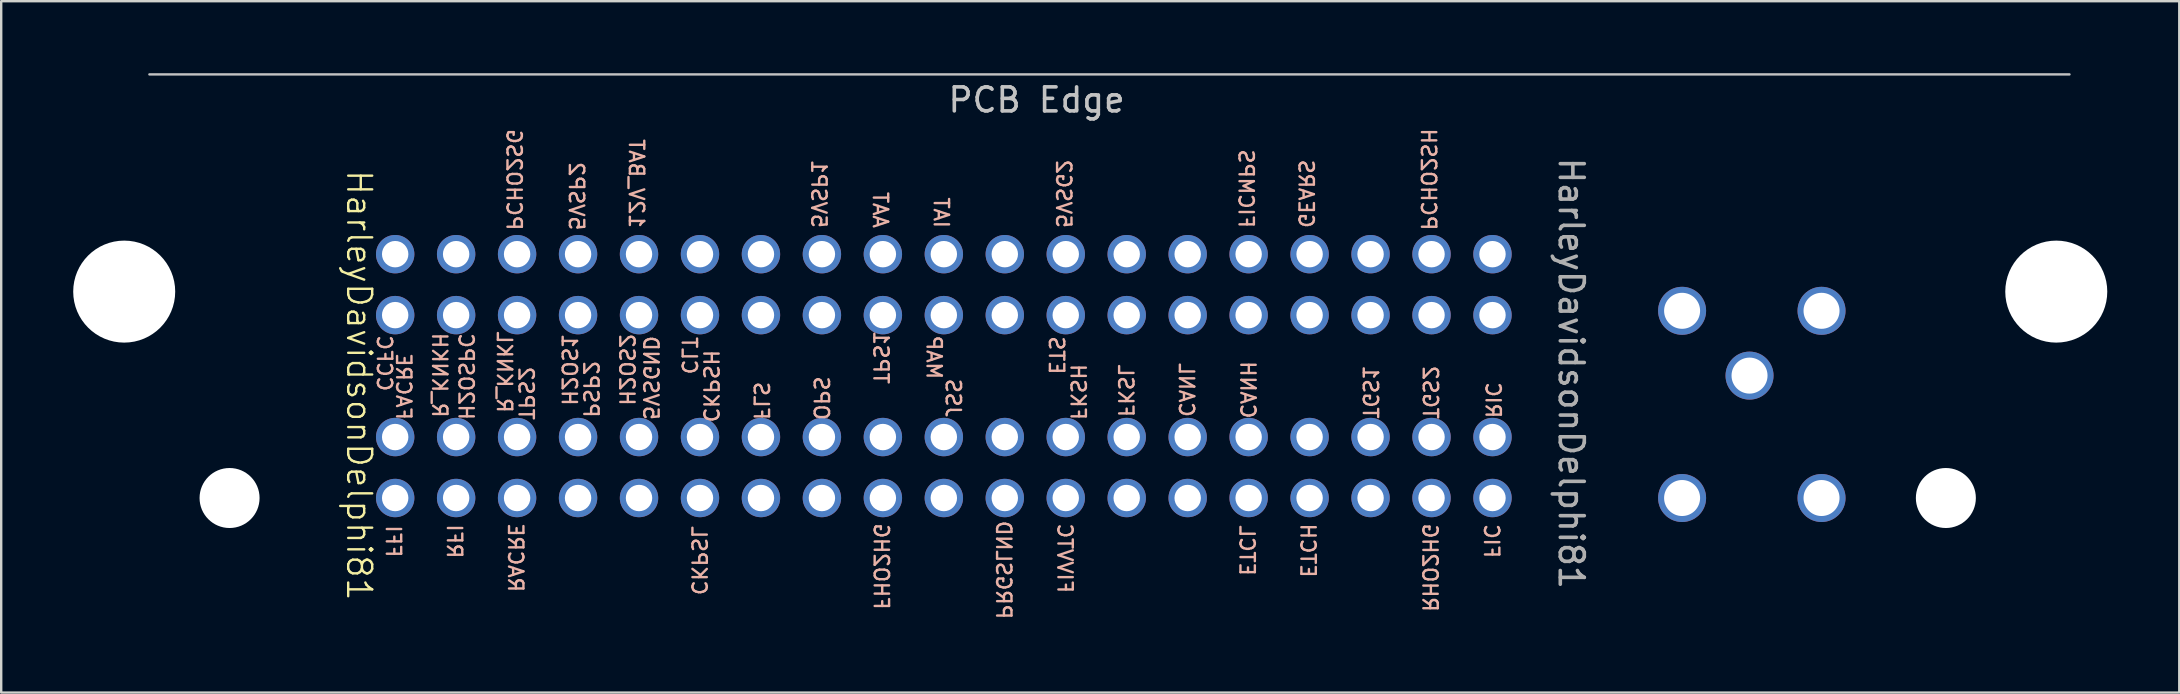
<source format=kicad_pcb>
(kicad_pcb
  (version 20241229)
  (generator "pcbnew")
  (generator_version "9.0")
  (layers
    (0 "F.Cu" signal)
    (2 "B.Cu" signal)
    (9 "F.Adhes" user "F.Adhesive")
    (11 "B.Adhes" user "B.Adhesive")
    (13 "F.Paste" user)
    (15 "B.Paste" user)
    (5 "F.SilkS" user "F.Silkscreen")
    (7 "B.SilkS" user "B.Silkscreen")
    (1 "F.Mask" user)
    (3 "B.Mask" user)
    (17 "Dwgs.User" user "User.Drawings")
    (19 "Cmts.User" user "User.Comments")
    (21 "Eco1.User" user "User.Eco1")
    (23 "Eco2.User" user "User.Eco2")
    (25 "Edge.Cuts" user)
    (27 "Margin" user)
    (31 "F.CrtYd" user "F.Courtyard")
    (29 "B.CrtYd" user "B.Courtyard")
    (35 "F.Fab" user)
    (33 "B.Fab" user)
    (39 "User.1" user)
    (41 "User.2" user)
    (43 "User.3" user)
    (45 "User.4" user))
  (footprint "HarleyDavidsonDelphi81"
    (layer "F.Cu")
    (at 36.275 17.7)
    (property "Reference" "HarleyDavidsonDelphi81" (at -24.36 -4.694 270) (unlocked yes) (layer "F.SilkS") (effects (font (size 1 1) (thickness 0.1))))
    (attr through_hole)
    (fp_line (start -33.1 -17.65) (end 46.9 -17.65) (stroke (width 0.1) (type default)) (layer "Dwgs.User"))
    (fp_text user "RHO2HG" (at 19.9 4.8 270) (unlocked yes) (layer "B.SilkS") (effects (font (size 0.6 0.6) (thickness 0.1)) (justify left bottom mirror)))
    (fp_text user "RACRE" (at -18.195 3.978 270) (unlocked yes) (layer "B.SilkS") (effects (font (size 0.6 0.6) (thickness 0.1)) (justify left bottom mirror)))
    (fp_text user "FFI" (at -23.288 2.529 270) (unlocked yes) (layer "B.SilkS") (effects (font (size 0.6 0.6) (thickness 0.1)) (justify left bottom mirror)))
    (fp_text user "TPS1" (at -2.974 -4.694 270) (unlocked yes) (layer "B.SilkS") (effects (font (size 0.6 0.6) (thickness 0.1)) (justify left bottom mirror)))
    (fp_text user "OPS" (at -5.46 -3.194 270) (unlocked yes) (layer "B.SilkS") (effects (font (size 0.6 0.6) (thickness 0.1)) (justify left bottom mirror)))
    (fp_text user "FACRE" (at -22.86 -3.194 270) (unlocked yes) (layer "B.SilkS") (effects (font (size 0.6 0.6) (thickness 0.1)) (justify left bottom mirror)))
    (fp_text user "MAP" (at -0.76 -4.894 270) (unlocked yes) (layer "B.SilkS") (effects (font (size 0.6 0.6) (thickness 0.1)) (justify left bottom mirror)))
    (fp_text user "FHO2HG" (at -2.96 4.706 270) (unlocked yes) (layer "B.SilkS") (effects (font (size 0.6 0.6) (thickness 0.1)) (justify left bottom mirror)))
    (fp_text user "IAT" (at -0.46 -11.194 270) (unlocked yes) (layer "B.SilkS") (effects (font (size 0.6 0.6) (thickness 0.1)) (justify left bottom mirror)))
    (fp_text user "FIC" (at 22.467 2.56 270) (unlocked yes) (layer "B.SilkS") (effects (font (size 0.6 0.6) (thickness 0.1)) (justify left bottom mirror)))
    (fp_text user "RIC" (at 22.531 -3.266 270) (unlocked yes) (layer "B.SilkS") (effects (font (size 0.6 0.6) (thickness 0.1)) (justify left bottom mirror)))
    (fp_text user "R_KNKL" (at -18.66 -3.494 270) (unlocked yes) (layer "B.SilkS") (effects (font (size 0.6 0.6) (thickness 0.1)) (justify left bottom mirror)))
    (fp_text user "H2OS2" (at -13.56 -3.794 270) (unlocked yes) (layer "B.SilkS") (effects (font (size 0.6 0.6) (thickness 0.1)) (justify left bottom mirror)))
    (fp_text user "RFI" (at -20.743 2.573 270) (unlocked yes) (layer "B.SilkS") (effects (font (size 0.6 0.6) (thickness 0.1)) (justify left bottom mirror)))
    (fp_text user "5VSGND" (at -12.56 -3.194 270) (unlocked yes) (layer "B.SilkS") (effects (font (size 0.6 0.6) (thickness 0.1)) (justify left bottom mirror)))
    (fp_text user "ETCL" (at 12.28 3.298 270) (unlocked yes) (layer "B.SilkS") (effects (font (size 0.6 0.6) (thickness 0.1)) (justify left bottom mirror)))
    (fp_text user "PCHO2SH" (at 19.84 -11.094 270) (unlocked yes) (layer "B.SilkS") (effects (font (size 0.6 0.6) (thickness 0.1)) (justify left bottom mirror)))
    (fp_text user "FKSH" (at 5.24 -3.194 270) (unlocked yes) (layer "B.SilkS") (effects (font (size 0.6 0.6) (thickness 0.1)) (justify left bottom mirror)))
    (fp_text user "FIVVTC" (at 4.694 4.018 270) (unlocked yes) (layer "B.SilkS") (effects (font (size 0.6 0.6) (thickness 0.1)) (justify left bottom mirror)))
    (fp_text user "H2OS1" (at -15.96 -3.794 270) (unlocked yes) (layer "B.SilkS") (effects (font (size 0.6 0.6) (thickness 0.1)) (justify left bottom mirror)))
    (fp_text user "AAT" (at -2.996 -11.194 270) (unlocked yes) (layer "B.SilkS") (effects (font (size 0.6 0.6) (thickness 0.1)) (justify left bottom mirror)))
    (fp_text user "JSS" (at 0.04 -3.294 270) (unlocked yes) (layer "B.SilkS") (effects (font (size 0.6 0.6) (thickness 0.1)) (justify left bottom mirror)))
    (fp_text user "PRGSLND" (at 2.14 5.106 270) (unlocked yes) (layer "B.SilkS") (effects (font (size 0.6 0.6) (thickness 0.1)) (justify left bottom mirror)))
    (fp_text user "TPS2" (at -17.76 -3.194 270) (unlocked yes) (layer "B.SilkS") (effects (font (size 0.6 0.6) (thickness 0.1)) (justify left bottom mirror)))
    (fp_text user "TGS1" (at 17.418 -3.249 270) (unlocked yes) (layer "B.SilkS") (effects (font (size 0.6 0.6) (thickness 0.1)) (justify left bottom mirror)))
    (fp_text user "CCFC" (at -23.66 -4.394 270) (unlocked yes) (layer "B.SilkS") (effects (font (size 0.6 0.6) (thickness 0.1)) (justify left bottom mirror)))
    (fp_text user "GEARS" (at 14.74 -11.194 270) (unlocked yes) (layer "B.SilkS") (effects (font (size 0.6 0.6) (thickness 0.1)) (justify left bottom mirror)))
    (fp_text user "CANL" (at 9.756 -3.321 270) (unlocked yes) (layer "B.SilkS") (effects (font (size 0.6 0.6) (thickness 0.1)) (justify left bottom mirror)))
    (fp_text user "CKPSH" (at -10.06 -3.094 270) (unlocked yes) (layer "B.SilkS") (effects (font (size 0.6 0.6) (thickness 0.1)) (justify left bottom mirror)))
    (fp_text user "FLS" (at -7.96 -3.194 270) (unlocked yes) (layer "B.SilkS") (effects (font (size 0.6 0.6) (thickness 0.1)) (justify left bottom mirror)))
    (fp_text user "FICMPS" (at 12.24 -11.194 270) (unlocked yes) (layer "B.SilkS") (effects (font (size 0.6 0.6) (thickness 0.1)) (justify left bottom mirror)))
    (fp_text user "PSP2" (at -15.06 -3.294 270) (unlocked yes) (layer "B.SilkS") (effects (font (size 0.6 0.6) (thickness 0.1)) (justify left bottom mirror)))
    (fp_text user "ETS" (at 4.34 -5.094 270) (unlocked yes) (layer "B.SilkS") (effects (font (size 0.6 0.6) (thickness 0.1)) (justify left bottom mirror)))
    (fp_text user "CANH" (at 12.315 -3.256 270) (unlocked yes) (layer "B.SilkS") (effects (font (size 0.6 0.6) (thickness 0.1)) (justify left bottom mirror)))
    (fp_text user "12V_BAT" (at -13.16 -11.194 270) (unlocked yes) (layer "B.SilkS") (effects (font (size 0.6 0.6) (thickness 0.1)) (justify left bottom mirror)))
    (fp_text user "CKPSL" (at -10.554 4.104 270) (unlocked yes) (layer "B.SilkS") (effects (font (size 0.6 0.6) (thickness 0.1)) (justify left bottom mirror)))
    (fp_text user "TGS2" (at 19.917 -3.234 270) (unlocked yes) (layer "B.SilkS") (effects (font (size 0.6 0.6) (thickness 0.1)) (justify left bottom mirror)))
    (fp_text user "H2OSPC" (at -20.26 -3.194 270) (unlocked yes) (layer "B.SilkS") (effects (font (size 0.6 0.6) (thickness 0.1)) (justify left bottom mirror)))
    (fp_text user "5VSP1" (at -5.56 -11.194 270) (unlocked yes) (layer "B.SilkS") (effects (font (size 0.6 0.6) (thickness 0.1)) (justify left bottom mirror)))
    (fp_text user "5VSP2" (at -15.66 -11.094 270) (unlocked yes) (layer "B.SilkS") (effects (font (size 0.6 0.6) (thickness 0.1)) (justify left bottom mirror)))
    (fp_text user "ETCH" (at 14.819 3.368 270) (unlocked yes) (layer "B.SilkS") (effects (font (size 0.6 0.6) (thickness 0.1)) (justify left bottom mirror)))
    (fp_text user "R_KNKH" (at -21.36 -3.294 270) (unlocked yes) (layer "B.SilkS") (effects (font (size 0.6 0.6) (thickness 0.1)) (justify left bottom mirror)))
    (fp_text user "FKSL" (at 7.225 -3.317 270) (unlocked yes) (layer "B.SilkS") (effects (font (size 0.6 0.6) (thickness 0.1)) (justify left bottom mirror)))
    (fp_text user "CLT" (at -10.96 -5.094 270) (unlocked yes) (layer "B.SilkS") (effects (font (size 0.6 0.6) (thickness 0.1)) (justify left bottom mirror)))
    (fp_text user "PCHO2SG" (at -18.26 -11.094 270) (unlocked yes) (layer "B.SilkS") (effects (font (size 0.6 0.6) (thickness 0.1)) (justify left bottom mirror)))
    (fp_text user "5VSG2" (at 4.64 -11.194 270) (unlocked yes) (layer "B.SilkS") (effects (font (size 0.6 0.6) (thickness 0.1)) (justify left bottom mirror)))
    (fp_text user "PCB Edge" (at 0.1 -16 0) (unlocked yes) (layer "Dwgs.User") (effects (font (size 1 1) (thickness 0.15)) (justify left bottom)))
    (fp_text user "${REFERENCE}" (at 26.14 -5.194 270) (unlocked yes) (layer "F.Fab") (effects (font (size 1 1) (thickness 0.15))))
    (pad "" np_thru_hole circle (at -34.15 -8.6) (size 4.25 4.25) (drill 4.25) (layers "*.Cu" "*.Mask"))
    (pad "" np_thru_hole circle (at -29.76 0) (size 2.5 2.5) (drill 2.5) (layers "*.Cu" "*.Mask"))
    (pad "" np_thru_hole circle (at 41.75 0) (size 2.5 2.5) (drill 2.5) (layers "*.Cu" "*.Mask"))
    (pad "" np_thru_hole circle (at 46.35 -8.6) (size 4.25 4.25) (drill 4.25) (layers "*.Cu" "*.Mask"))
    (pad "1" thru_hole circle (at 36.57 -7.8) (size 2 2) (drill 1.5) (layers "*.Cu" "*.Mask"))
    (pad "2" thru_hole circle (at 30.76 -7.8) (size 2 2) (drill 1.5) (layers "*.Cu" "*.Mask"))
    (pad "3" thru_hole circle (at 33.57 -5.1) (size 2 2) (drill 1.5) (layers "*.Cu" "*.Mask"))
    (pad "4" thru_hole circle (at 36.57 0) (size 2 2) (drill 1.5) (layers "*.Cu" "*.Mask"))
    (pad "5" thru_hole circle (at 30.76 0) (size 2 2) (drill 1.5) (layers "*.Cu" "*.Mask"))
    (pad "6" thru_hole circle (at -22.86 0) (size 1.6 1.6) (drill 1.1) (layers "*.Cu" "*.Mask"))
    (pad "7" thru_hole circle (at -20.32 0) (size 1.6 1.6) (drill 1.1) (layers "*.Cu" "*.Mask"))
    (pad "8" thru_hole circle (at -17.78 0) (size 1.6 1.6) (drill 1.1) (layers "*.Cu" "*.Mask"))
    (pad "9" thru_hole circle (at -15.24 0) (size 1.6 1.6) (drill 1.1) (layers "*.Cu" "*.Mask"))
    (pad "10" thru_hole circle (at -12.7 0) (size 1.6 1.6) (drill 1.1) (layers "*.Cu" "*.Mask"))
    (pad "11" thru_hole circle (at -10.16 0) (size 1.6 1.6) (drill 1.1) (layers "*.Cu" "*.Mask"))
    (pad "12" thru_hole circle (at -7.62 0) (size 1.6 1.6) (drill 1.1) (layers "*.Cu" "*.Mask"))
    (pad "13" thru_hole circle (at -5.08 0) (size 1.6 1.6) (drill 1.1) (layers "*.Cu" "*.Mask"))
    (pad "14" thru_hole circle (at -2.54 0) (size 1.6 1.6) (drill 1.1) (layers "*.Cu" "*.Mask"))
    (pad "15" thru_hole circle (at 0 0) (size 1.6 1.6) (drill 1.1) (layers "*.Cu" "*.Mask"))
    (pad "16" thru_hole circle (at 2.54 0) (size 1.6 1.6) (drill 1.1) (layers "*.Cu" "*.Mask"))
    (pad "17" thru_hole circle (at 5.08 0) (size 1.6 1.6) (drill 1.1) (layers "*.Cu" "*.Mask"))
    (pad "18" thru_hole circle (at 7.62 0) (size 1.6 1.6) (drill 1.1) (layers "*.Cu" "*.Mask"))
    (pad "19" thru_hole circle (at 10.16 0) (size 1.6 1.6) (drill 1.1) (layers "*.Cu" "*.Mask"))
    (pad "20" thru_hole circle (at 12.7 0) (size 1.6 1.6) (drill 1.1) (layers "*.Cu" "*.Mask"))
    (pad "21" thru_hole circle (at 15.24 0) (size 1.6 1.6) (drill 1.1) (layers "*.Cu" "*.Mask"))
    (pad "22" thru_hole circle (at 17.78 0) (size 1.6 1.6) (drill 1.1) (layers "*.Cu" "*.Mask"))
    (pad "23" thru_hole circle (at 20.32 0) (size 1.6 1.6) (drill 1.1) (layers "*.Cu" "*.Mask"))
    (pad "24" thru_hole circle (at 22.86 0) (size 1.6 1.6) (drill 1.1) (layers "*.Cu" "*.Mask"))
    (pad "25" thru_hole circle (at -22.86 -2.54) (size 1.6 1.6) (drill 1.1) (layers "*.Cu" "*.Mask"))
    (pad "26" thru_hole circle (at -20.32 -2.54) (size 1.6 1.6) (drill 1.1) (layers "*.Cu" "*.Mask"))
    (pad "27" thru_hole circle (at -17.78 -2.54) (size 1.6 1.6) (drill 1.1) (layers "*.Cu" "*.Mask"))
    (pad "28" thru_hole circle (at -15.24 -2.54) (size 1.6 1.6) (drill 1.1) (layers "*.Cu" "*.Mask"))
    (pad "29" thru_hole circle (at -12.7 -2.54) (size 1.6 1.6) (drill 1.1) (layers "*.Cu" "*.Mask"))
    (pad "30" thru_hole circle (at -10.16 -2.54) (size 1.6 1.6) (drill 1.1) (layers "*.Cu" "*.Mask"))
    (pad "31" thru_hole circle (at -7.62 -2.54) (size 1.6 1.6) (drill 1.1) (layers "*.Cu" "*.Mask"))
    (pad "32" thru_hole circle (at -5.08 -2.54) (size 1.6 1.6) (drill 1.1) (layers "*.Cu" "*.Mask"))
    (pad "33" thru_hole circle (at -2.54 -2.54) (size 1.6 1.6) (drill 1.1) (layers "*.Cu" "*.Mask"))
    (pad "34" thru_hole circle (at 0 -2.54) (size 1.6 1.6) (drill 1.1) (layers "*.Cu" "*.Mask"))
    (pad "35" thru_hole circle (at 2.54 -2.54) (size 1.6 1.6) (drill 1.1) (layers "*.Cu" "*.Mask"))
    (pad "36" thru_hole circle (at 5.08 -2.54) (size 1.6 1.6) (drill 1.1) (layers "*.Cu" "*.Mask"))
    (pad "37" thru_hole circle (at 7.62 -2.54) (size 1.6 1.6) (drill 1.1) (layers "*.Cu" "*.Mask"))
    (pad "38" thru_hole circle (at 10.16 -2.54) (size 1.6 1.6) (drill 1.1) (layers "*.Cu" "*.Mask"))
    (pad "39" thru_hole circle (at 12.7 -2.54) (size 1.6 1.6) (drill 1.1) (layers "*.Cu" "*.Mask"))
    (pad "40" thru_hole circle (at 15.24 -2.54) (size 1.6 1.6) (drill 1.1) (layers "*.Cu" "*.Mask"))
    (pad "41" thru_hole circle (at 17.78 -2.54) (size 1.6 1.6) (drill 1.1) (layers "*.Cu" "*.Mask"))
    (pad "42" thru_hole circle (at 20.32 -2.54) (size 1.6 1.6) (drill 1.1) (layers "*.Cu" "*.Mask"))
    (pad "43" thru_hole circle (at 22.86 -2.54) (size 1.6 1.6) (drill 1.1) (layers "*.Cu" "*.Mask"))
    (pad "44" thru_hole circle (at -22.86 -7.62) (size 1.6 1.6) (drill 1.1) (layers "*.Cu" "*.Mask"))
    (pad "45" thru_hole circle (at -20.32 -7.62) (size 1.6 1.6) (drill 1.1) (layers "*.Cu" "*.Mask"))
    (pad "46" thru_hole circle (at -17.78 -7.62) (size 1.6 1.6) (drill 1.1) (layers "*.Cu" "*.Mask"))
    (pad "47" thru_hole circle (at -15.24 -7.62) (size 1.6 1.6) (drill 1.1) (layers "*.Cu" "*.Mask"))
    (pad "48" thru_hole circle (at -12.7 -7.62) (size 1.6 1.6) (drill 1.1) (layers "*.Cu" "*.Mask"))
    (pad "49" thru_hole circle (at -10.16 -7.62) (size 1.6 1.6) (drill 1.1) (layers "*.Cu" "*.Mask"))
    (pad "50" thru_hole circle (at -7.62 -7.62) (size 1.6 1.6) (drill 1.1) (layers "*.Cu" "*.Mask"))
    (pad "51" thru_hole circle (at -5.08 -7.62) (size 1.6 1.6) (drill 1.1) (layers "*.Cu" "*.Mask"))
    (pad "52" thru_hole circle (at -2.54 -7.62) (size 1.6 1.6) (drill 1.1) (layers "*.Cu" "*.Mask"))
    (pad "53" thru_hole circle (at 0 -7.62) (size 1.6 1.6) (drill 1.1) (layers "*.Cu" "*.Mask"))
    (pad "54" thru_hole circle (at 2.54 -7.62) (size 1.6 1.6) (drill 1.1) (layers "*.Cu" "*.Mask"))
    (pad "55" thru_hole circle (at 5.08 -7.62) (size 1.6 1.6) (drill 1.1) (layers "*.Cu" "*.Mask"))
    (pad "56" thru_hole circle (at 7.62 -7.62) (size 1.6 1.6) (drill 1.1) (layers "*.Cu" "*.Mask"))
    (pad "57" thru_hole circle (at 10.16 -7.62) (size 1.6 1.6) (drill 1.1) (layers "*.Cu" "*.Mask"))
    (pad "58" thru_hole circle (at 12.7 -7.62) (size 1.6 1.6) (drill 1.1) (layers "*.Cu" "*.Mask"))
    (pad "59" thru_hole circle (at 15.24 -7.62) (size 1.6 1.6) (drill 1.1) (layers "*.Cu" "*.Mask"))
    (pad "60" thru_hole circle (at 17.78 -7.62) (size 1.6 1.6) (drill 1.1) (layers "*.Cu" "*.Mask"))
    (pad "61" thru_hole circle (at 20.32 -7.62) (size 1.6 1.6) (drill 1.1) (layers "*.Cu" "*.Mask"))
    (pad "62" thru_hole circle (at 22.86 -7.62) (size 1.6 1.6) (drill 1.1) (layers "*.Cu" "*.Mask"))
    (pad "63" thru_hole circle (at -22.86 -10.16) (size 1.6 1.6) (drill 1.1) (layers "*.Cu" "*.Mask"))
    (pad "64" thru_hole circle (at -20.32 -10.16) (size 1.6 1.6) (drill 1.1) (layers "*.Cu" "*.Mask"))
    (pad "65" thru_hole circle (at -17.78 -10.16) (size 1.6 1.6) (drill 1.1) (layers "*.Cu" "*.Mask"))
    (pad "66" thru_hole circle (at -15.24 -10.16) (size 1.6 1.6) (drill 1.1) (layers "*.Cu" "*.Mask"))
    (pad "67" thru_hole circle (at -12.7 -10.16) (size 1.6 1.6) (drill 1.1) (layers "*.Cu" "*.Mask"))
    (pad "68" thru_hole circle (at -10.16 -10.16) (size 1.6 1.6) (drill 1.1) (layers "*.Cu" "*.Mask"))
    (pad "69" thru_hole circle (at -7.62 -10.16) (size 1.6 1.6) (drill 1.1) (layers "*.Cu" "*.Mask"))
    (pad "70" thru_hole circle (at -5.08 -10.16) (size 1.6 1.6) (drill 1.1) (layers "*.Cu" "*.Mask"))
    (pad "71" thru_hole circle (at -2.54 -10.16) (size 1.6 1.6) (drill 1.1) (layers "*.Cu" "*.Mask"))
    (pad "72" thru_hole circle (at 0 -10.16) (size 1.6 1.6) (drill 1.1) (layers "*.Cu" "*.Mask"))
    (pad "73" thru_hole circle (at 2.54 -10.16) (size 1.6 1.6) (drill 1.1) (layers "*.Cu" "*.Mask"))
    (pad "74" thru_hole circle (at 5.08 -10.16) (size 1.6 1.6) (drill 1.1) (layers "*.Cu" "*.Mask"))
    (pad "75" thru_hole circle (at 7.62 -10.16) (size 1.6 1.6) (drill 1.1) (layers "*.Cu" "*.Mask"))
    (pad "76" thru_hole circle (at 10.16 -10.16) (size 1.6 1.6) (drill 1.1) (layers "*.Cu" "*.Mask"))
    (pad "77" thru_hole circle (at 12.7 -10.16) (size 1.6 1.6) (drill 1.1) (layers "*.Cu" "*.Mask"))
    (pad "78" thru_hole circle (at 15.24 -10.16) (size 1.6 1.6) (drill 1.1) (layers "*.Cu" "*.Mask"))
    (pad "79" thru_hole circle (at 17.78 -10.16) (size 1.6 1.6) (drill 1.1) (layers "*.Cu" "*.Mask"))
    (pad "80" thru_hole circle (at 20.32 -10.16) (size 1.6 1.6) (drill 1.1) (layers "*.Cu" "*.Mask"))
    (pad "81" thru_hole circle (at 22.86 -10.16) (size 1.6 1.6) (drill 1.1) (layers "*.Cu" "*.Mask")))
  (gr_rect
    (start -3 -3)
    (end 87.75 25.806)
    (stroke (width 0.1) (type default))
    (fill no)
    (layer "Edge.Cuts")))
</source>
